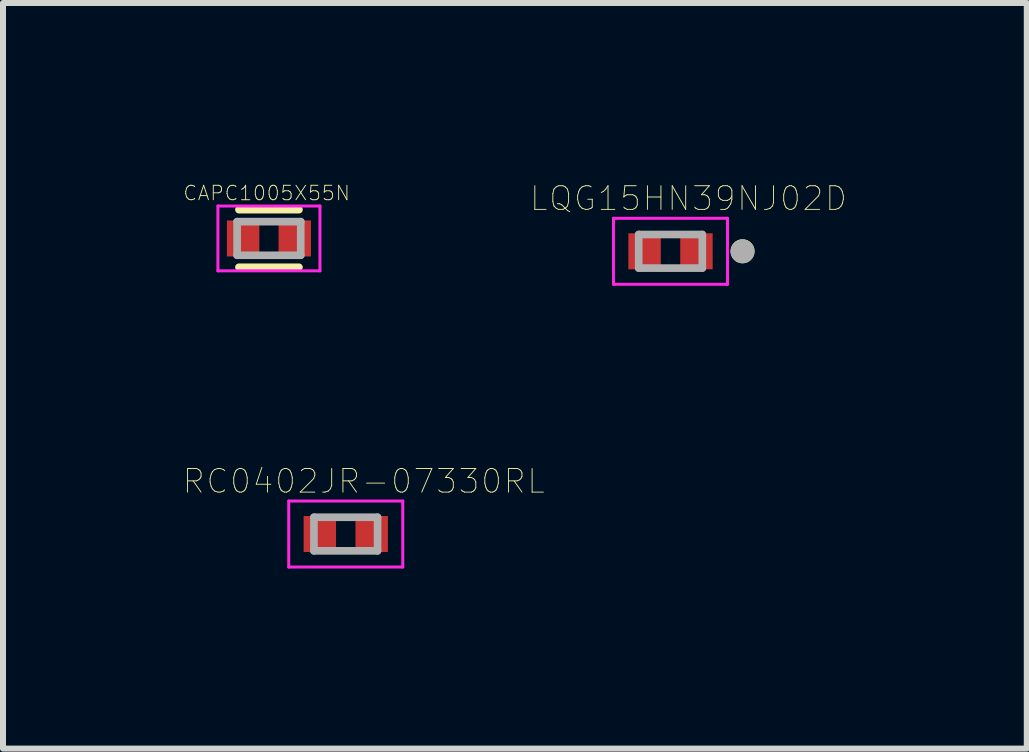
<source format=kicad_pcb>
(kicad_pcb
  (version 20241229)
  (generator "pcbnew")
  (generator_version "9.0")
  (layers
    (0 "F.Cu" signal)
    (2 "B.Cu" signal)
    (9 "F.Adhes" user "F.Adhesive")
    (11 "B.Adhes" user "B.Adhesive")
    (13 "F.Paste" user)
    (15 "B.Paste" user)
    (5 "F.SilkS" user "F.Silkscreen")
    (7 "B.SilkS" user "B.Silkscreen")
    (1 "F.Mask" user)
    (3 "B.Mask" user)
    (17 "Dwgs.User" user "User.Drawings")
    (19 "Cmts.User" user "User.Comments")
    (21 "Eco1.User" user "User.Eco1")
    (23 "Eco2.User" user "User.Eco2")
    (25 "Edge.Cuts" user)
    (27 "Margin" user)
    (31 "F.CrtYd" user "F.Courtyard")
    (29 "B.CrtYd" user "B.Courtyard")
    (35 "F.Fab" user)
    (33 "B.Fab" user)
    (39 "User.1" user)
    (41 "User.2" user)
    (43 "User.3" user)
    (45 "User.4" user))
  (footprint "LQG15HN39NJ02D"
    (layer "F.Cu")
    (at 8.122 1.137)
    (property "Reference" "LQG15HN39NJ02D" (at 0.3 -0.88 0) (layer "F.SilkS") (effects (font (size 0.394 0.394) (thickness 0.015))))
    (attr through_hole)
    (fp_circle (center 1.2 0) (end 1.3 0) (stroke (width 0.2) (type solid)) (fill no) (layer "F.SilkS"))
    (fp_line (start -0.95 -0.55) (end 0.95 -0.55) (stroke (width 0.05) (type solid)) (layer "F.CrtYd"))
    (fp_line (start -0.95 0.55) (end -0.95 -0.55) (stroke (width 0.05) (type solid)) (layer "F.CrtYd"))
    (fp_line (start -0.95 0.55) (end 0.95 0.55) (stroke (width 0.05) (type solid)) (layer "F.CrtYd"))
    (fp_line (start 0.95 0.55) (end 0.95 -0.55) (stroke (width 0.05) (type solid)) (layer "F.CrtYd"))
    (fp_line (start -0.53 0.28) (end -0.53 -0.28) (stroke (width 0.127) (type solid)) (layer "F.Fab"))
    (fp_line (start 0.53 -0.28) (end -0.53 -0.28) (stroke (width 0.127) (type solid)) (layer "F.Fab"))
    (fp_line (start 0.53 0.28) (end -0.53 0.28) (stroke (width 0.127) (type solid)) (layer "F.Fab"))
    (fp_line (start 0.53 0.28) (end 0.53 -0.28) (stroke (width 0.127) (type solid)) (layer "F.Fab"))
    (fp_circle (center 1.2 0) (end 1.3 0) (stroke (width 0.2) (type solid)) (fill no) (layer "F.Fab"))
    (pad "1" smd rect (at -0.432 0) (size 0.54 0.6) (layers "F.Cu" "F.Mask" "F.Paste"))
    (pad "2" smd rect (at 0.432 0) (size 0.54 0.6) (layers "F.Cu" "F.Mask" "F.Paste")))
  (footprint "RC0402JR-07330RL"
    (layer "F.Cu")
    (at 2.711 5.848)
    (property "Reference" "RC0402JR-07330RL" (at 0.3 -0.88 0) (layer "F.SilkS") (effects (font (size 0.394 0.394) (thickness 0.015))))
    (attr through_hole)
    (fp_line (start -0.95 -0.55) (end 0.95 -0.55) (stroke (width 0.05) (type solid)) (layer "F.CrtYd"))
    (fp_line (start -0.95 0.55) (end -0.95 -0.55) (stroke (width 0.05) (type solid)) (layer "F.CrtYd"))
    (fp_line (start -0.95 0.55) (end 0.95 0.55) (stroke (width 0.05) (type solid)) (layer "F.CrtYd"))
    (fp_line (start 0.95 0.55) (end 0.95 -0.55) (stroke (width 0.05) (type solid)) (layer "F.CrtYd"))
    (fp_line (start -0.53 0.28) (end -0.53 -0.28) (stroke (width 0.127) (type solid)) (layer "F.Fab"))
    (fp_line (start 0.53 -0.28) (end -0.53 -0.28) (stroke (width 0.127) (type solid)) (layer "F.Fab"))
    (fp_line (start 0.53 0.28) (end -0.53 0.28) (stroke (width 0.127) (type solid)) (layer "F.Fab"))
    (fp_line (start 0.53 0.28) (end 0.53 -0.28) (stroke (width 0.127) (type solid)) (layer "F.Fab"))
    (pad "1" smd rect (at -0.432 0) (size 0.54 0.6) (layers "F.Cu" "F.Mask" "F.Paste"))
    (pad "2" smd rect (at 0.432 0) (size 0.54 0.6) (layers "F.Cu" "F.Mask" "F.Paste")))
  (footprint "CAPC1005X55N"
    (layer "F.Cu")
    (at 1.431 0.923)
    (property "Reference" "CAPC1005X55N" (at -0.038 -0.756 0) (layer "F.SilkS") (effects (font (size 0.241 0.241) (thickness 0.015))))
    (attr through_hole)
    (fp_line (start -0.5 0.48) (end 0.5 0.48) (stroke (width 0.127) (type solid)) (layer "F.SilkS"))
    (fp_line (start 0.5 -0.48) (end -0.5 -0.48) (stroke (width 0.127) (type solid)) (layer "F.SilkS"))
    (fp_line (start -0.85 -0.54) (end -0.85 0.54) (stroke (width 0.05) (type solid)) (layer "F.CrtYd"))
    (fp_line (start -0.85 0.54) (end 0.85 0.54) (stroke (width 0.05) (type solid)) (layer "F.CrtYd"))
    (fp_line (start 0.85 -0.54) (end -0.85 -0.54) (stroke (width 0.05) (type solid)) (layer "F.CrtYd"))
    (fp_line (start 0.85 0.54) (end 0.85 -0.54) (stroke (width 0.05) (type solid)) (layer "F.CrtYd"))
    (fp_line (start -0.53 -0.28) (end -0.53 0.28) (stroke (width 0.127) (type solid)) (layer "F.Fab"))
    (fp_line (start -0.53 0.28) (end 0.53 0.28) (stroke (width 0.127) (type solid)) (layer "F.Fab"))
    (fp_line (start 0.53 -0.28) (end -0.53 -0.28) (stroke (width 0.127) (type solid)) (layer "F.Fab"))
    (fp_line (start 0.53 0.28) (end 0.53 -0.28) (stroke (width 0.127) (type solid)) (layer "F.Fab"))
    (pad "1" smd rect (at -0.43 0) (size 0.54 0.6) (layers "F.Cu" "F.Mask" "F.Paste"))
    (pad "2" smd rect (at 0.43 0) (size 0.54 0.6) (layers "F.Cu" "F.Mask" "F.Paste")))
  (gr_rect
    (start -3 -3)
    (end 14.058 9.423)
    (stroke (width 0.1) (type default))
    (fill no)
    (layer "Edge.Cuts")))
</source>
